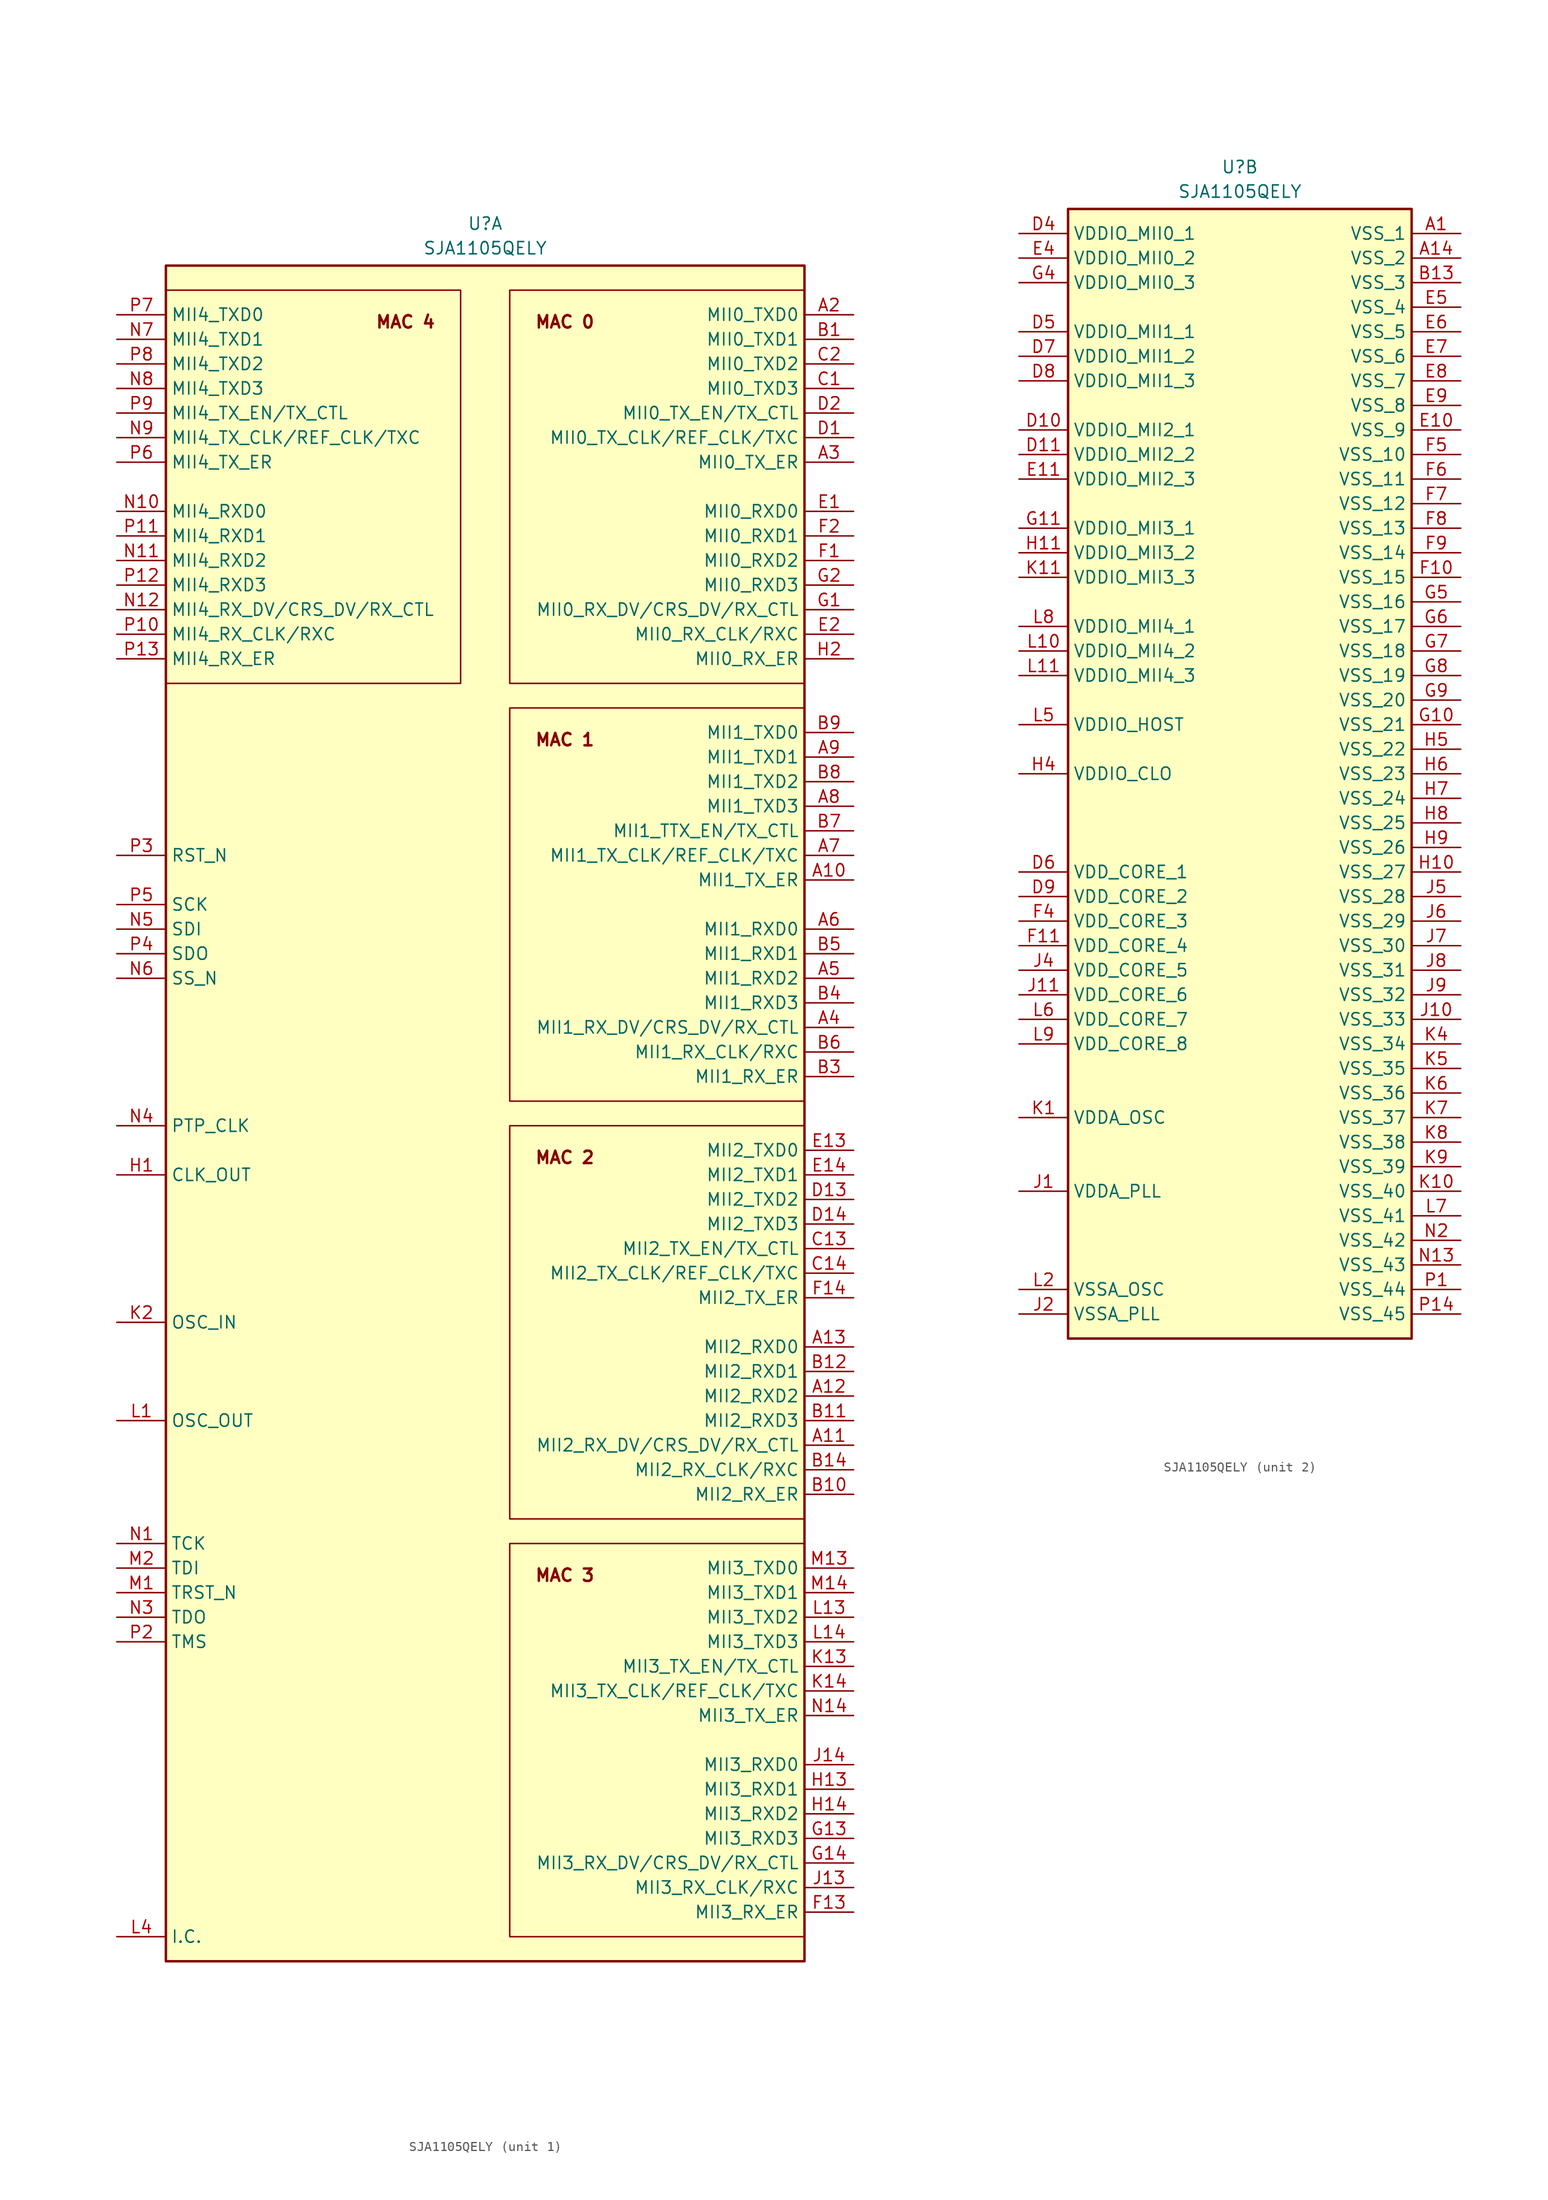
<source format=kicad_sym>
(kicad_symbol_lib
  (version 20241209)
  (generator "kicad_symbol_editor")
  (generator_version "9.0")
  (symbol "SJA1105QELY"
    (property "Reference" "U"
      (at 0 5.08 0)
      (effects (font (size 1.27 1.27)) (justify top)))
    (property "Value" "SJA1105QELY"
      (at 0 2.54 0)
      (effects (font (size 1.27 1.27)) (justify top)))
    (property "ki_locked" ""
      (at 0 0 0)
      (effects (font (size 1.27 1.27))))
    (symbol "SJA1105QELY_1_1"
      (rectangle (start -33.02 0) (end 33.02 -175.26) (stroke (width 0.254) (type default)) (fill (type background)))
      (rectangle (start -33.02 -2.54) (end -2.54 -43.18) (stroke (width 0) (type default)) (fill (type none)))
      (rectangle (start 2.54 -2.54) (end 33.02 -43.18) (stroke (width 0) (type default)) (fill (type none)))
      (rectangle (start 2.54 -45.72) (end 33.02 -86.36) (stroke (width 0) (type default)) (fill (type none)))
      (rectangle (start 2.54 -88.9) (end 33.02 -129.54) (stroke (width 0) (type default)) (fill (type none)))
      (rectangle (start 2.54 -132.08) (end 33.02 -172.72) (stroke (width 0) (type default)) (fill (type none)))
      (text "MAC 4" (at -5.08 -5.08 0) (effects (font (size 1.27 1.27) (bold yes)) (justify right top)))
      (text "MAC 0" (at 5.08 -5.08 0) (effects (font (size 1.27 1.27) (bold yes)) (justify left top)))
      (text "MAC 1" (at 5.08 -48.26 0) (effects (font (size 1.27 1.27) (bold yes)) (justify left top)))
      (text "MAC 2" (at 5.08 -91.44 0) (effects (font (size 1.27 1.27) (bold yes)) (justify left top)))
      (text "MAC 3" (at 5.08 -134.62 0) (effects (font (size 1.27 1.27) (bold yes)) (justify left top)))
      (pin passive line (at -38.1 -5.08 0) (length 5.08) (name "MII4_TXD0" (effects (font (size 1.27 1.27)))) (number "P7" (effects (font (size 1.27 1.27)))))
      (pin passive line (at -38.1 -7.62 0) (length 5.08) (name "MII4_TXD1" (effects (font (size 1.27 1.27)))) (number "N7" (effects (font (size 1.27 1.27)))))
      (pin passive line (at -38.1 -10.16 0) (length 5.08) (name "MII4_TXD2" (effects (font (size 1.27 1.27)))) (number "P8" (effects (font (size 1.27 1.27)))))
      (pin passive line (at -38.1 -12.7 0) (length 5.08) (name "MII4_TXD3" (effects (font (size 1.27 1.27)))) (number "N8" (effects (font (size 1.27 1.27)))))
      (pin passive line (at -38.1 -15.24 0) (length 5.08) (name "MII4_TX_EN/TX_CTL" (effects (font (size 1.27 1.27)))) (number "P9" (effects (font (size 1.27 1.27)))))
      (pin passive line (at -38.1 -17.78 0) (length 5.08) (name "MII4_TX_CLK/REF_CLK/TXC" (effects (font (size 1.27 1.27)))) (number "N9" (effects (font (size 1.27 1.27)))))
      (pin passive line (at -38.1 -20.32 0) (length 5.08) (name "MII4_TX_ER" (effects (font (size 1.27 1.27)))) (number "P6" (effects (font (size 1.27 1.27)))))
      (pin passive line (at -38.1 -25.4 0) (length 5.08) (name "MII4_RXD0" (effects (font (size 1.27 1.27)))) (number "N10" (effects (font (size 1.27 1.27)))))
      (pin passive line (at -38.1 -27.94 0) (length 5.08) (name "MII4_RXD1" (effects (font (size 1.27 1.27)))) (number "P11" (effects (font (size 1.27 1.27)))))
      (pin passive line (at -38.1 -30.48 0) (length 5.08) (name "MII4_RXD2" (effects (font (size 1.27 1.27)))) (number "N11" (effects (font (size 1.27 1.27)))))
      (pin passive line (at -38.1 -33.02 0) (length 5.08) (name "MII4_RXD3" (effects (font (size 1.27 1.27)))) (number "P12" (effects (font (size 1.27 1.27)))))
      (pin passive line (at -38.1 -35.56 0) (length 5.08) (name "MII4_RX_DV/CRS_DV/RX_CTL" (effects (font (size 1.27 1.27)))) (number "N12" (effects (font (size 1.27 1.27)))))
      (pin passive line (at -38.1 -38.1 0) (length 5.08) (name "MII4_RX_CLK/RXC" (effects (font (size 1.27 1.27)))) (number "P10" (effects (font (size 1.27 1.27)))))
      (pin passive line (at -38.1 -40.64 0) (length 5.08) (name "MII4_RX_ER" (effects (font (size 1.27 1.27)))) (number "P13" (effects (font (size 1.27 1.27)))))
      (pin passive line (at -38.1 -60.96 0) (length 5.08) (name "RST_N" (effects (font (size 1.27 1.27)))) (number "P3" (effects (font (size 1.27 1.27)))))
      (pin passive line (at -38.1 -66.04 0) (length 5.08) (name "SCK" (effects (font (size 1.27 1.27)))) (number "P5" (effects (font (size 1.27 1.27)))))
      (pin passive line (at -38.1 -68.58 0) (length 5.08) (name "SDI" (effects (font (size 1.27 1.27)))) (number "N5" (effects (font (size 1.27 1.27)))))
      (pin passive line (at -38.1 -71.12 0) (length 5.08) (name "SDO" (effects (font (size 1.27 1.27)))) (number "P4" (effects (font (size 1.27 1.27)))))
      (pin passive line (at -38.1 -73.66 0) (length 5.08) (name "SS_N" (effects (font (size 1.27 1.27)))) (number "N6" (effects (font (size 1.27 1.27)))))
      (pin passive line (at -38.1 -88.9 0) (length 5.08) (name "PTP_CLK" (effects (font (size 1.27 1.27)))) (number "N4" (effects (font (size 1.27 1.27)))))
      (pin passive line (at -38.1 -93.98 0) (length 5.08) (name "CLK_OUT" (effects (font (size 1.27 1.27)))) (number "H1" (effects (font (size 1.27 1.27)))))
      (pin passive line (at -38.1 -109.22 0) (length 5.08) (name "OSC_IN" (effects (font (size 1.27 1.27)))) (number "K2" (effects (font (size 1.27 1.27)))))
      (pin passive line (at -38.1 -119.38 0) (length 5.08) (name "OSC_OUT" (effects (font (size 1.27 1.27)))) (number "L1" (effects (font (size 1.27 1.27)))))
      (pin passive line (at -38.1 -132.08 0) (length 5.08) (name "TCK" (effects (font (size 1.27 1.27)))) (number "N1" (effects (font (size 1.27 1.27)))))
      (pin passive line (at -38.1 -134.62 0) (length 5.08) (name "TDI" (effects (font (size 1.27 1.27)))) (number "M2" (effects (font (size 1.27 1.27)))))
      (pin passive line (at -38.1 -137.16 0) (length 5.08) (name "TRST_N" (effects (font (size 1.27 1.27)))) (number "M1" (effects (font (size 1.27 1.27)))))
      (pin passive line (at -38.1 -139.7 0) (length 5.08) (name "TDO" (effects (font (size 1.27 1.27)))) (number "N3" (effects (font (size 1.27 1.27)))))
      (pin passive line (at -38.1 -142.24 0) (length 5.08) (name "TMS" (effects (font (size 1.27 1.27)))) (number "P2" (effects (font (size 1.27 1.27)))))
      (pin passive line (at -38.1 -172.72 0) (length 5.08) (name "I.C." (effects (font (size 1.27 1.27)))) (number "L4" (effects (font (size 1.27 1.27)))))
      (pin passive line (at 38.1 -5.08 180) (length 5.08) (name "MII0_TXD0" (effects (font (size 1.27 1.27)))) (number "A2" (effects (font (size 1.27 1.27)))))
      (pin passive line (at 38.1 -7.62 180) (length 5.08) (name "MII0_TXD1" (effects (font (size 1.27 1.27)))) (number "B1" (effects (font (size 1.27 1.27)))))
      (pin passive line (at 38.1 -10.16 180) (length 5.08) (name "MII0_TXD2" (effects (font (size 1.27 1.27)))) (number "C2" (effects (font (size 1.27 1.27)))))
      (pin passive line (at 38.1 -12.7 180) (length 5.08) (name "MII0_TXD3" (effects (font (size 1.27 1.27)))) (number "C1" (effects (font (size 1.27 1.27)))))
      (pin passive line (at 38.1 -15.24 180) (length 5.08) (name "MII0_TX_EN/TX_CTL" (effects (font (size 1.27 1.27)))) (number "D2" (effects (font (size 1.27 1.27)))))
      (pin passive line (at 38.1 -17.78 180) (length 5.08) (name "MII0_TX_CLK/REF_CLK/TXC" (effects (font (size 1.27 1.27)))) (number "D1" (effects (font (size 1.27 1.27)))))
      (pin passive line (at 38.1 -20.32 180) (length 5.08) (name "MII0_TX_ER" (effects (font (size 1.27 1.27)))) (number "A3" (effects (font (size 1.27 1.27)))))
      (pin passive line (at 38.1 -25.4 180) (length 5.08) (name "MII0_RXD0" (effects (font (size 1.27 1.27)))) (number "E1" (effects (font (size 1.27 1.27)))))
      (pin passive line (at 38.1 -27.94 180) (length 5.08) (name "MII0_RXD1" (effects (font (size 1.27 1.27)))) (number "F2" (effects (font (size 1.27 1.27)))))
      (pin passive line (at 38.1 -30.48 180) (length 5.08) (name "MII0_RXD2" (effects (font (size 1.27 1.27)))) (number "F1" (effects (font (size 1.27 1.27)))))
      (pin passive line (at 38.1 -33.02 180) (length 5.08) (name "MII0_RXD3" (effects (font (size 1.27 1.27)))) (number "G2" (effects (font (size 1.27 1.27)))))
      (pin passive line (at 38.1 -35.56 180) (length 5.08) (name "MII0_RX_DV/CRS_DV/RX_CTL" (effects (font (size 1.27 1.27)))) (number "G1" (effects (font (size 1.27 1.27)))))
      (pin passive line (at 38.1 -38.1 180) (length 5.08) (name "MII0_RX_CLK/RXC" (effects (font (size 1.27 1.27)))) (number "E2" (effects (font (size 1.27 1.27)))))
      (pin passive line (at 38.1 -40.64 180) (length 5.08) (name "MII0_RX_ER" (effects (font (size 1.27 1.27)))) (number "H2" (effects (font (size 1.27 1.27)))))
      (pin passive line (at 38.1 -48.26 180) (length 5.08) (name "MII1_TXD0" (effects (font (size 1.27 1.27)))) (number "B9" (effects (font (size 1.27 1.27)))))
      (pin passive line (at 38.1 -50.8 180) (length 5.08) (name "MII1_TXD1" (effects (font (size 1.27 1.27)))) (number "A9" (effects (font (size 1.27 1.27)))))
      (pin passive line (at 38.1 -53.34 180) (length 5.08) (name "MII1_TXD2" (effects (font (size 1.27 1.27)))) (number "B8" (effects (font (size 1.27 1.27)))))
      (pin passive line (at 38.1 -55.88 180) (length 5.08) (name "MII1_TXD3" (effects (font (size 1.27 1.27)))) (number "A8" (effects (font (size 1.27 1.27)))))
      (pin passive line (at 38.1 -58.42 180) (length 5.08) (name "MII1_TTX_EN/TX_CTL" (effects (font (size 1.27 1.27)))) (number "B7" (effects (font (size 1.27 1.27)))))
      (pin passive line (at 38.1 -60.96 180) (length 5.08) (name "MII1_TX_CLK/REF_CLK/TXC" (effects (font (size 1.27 1.27)))) (number "A7" (effects (font (size 1.27 1.27)))))
      (pin passive line (at 38.1 -63.5 180) (length 5.08) (name "MII1_TX_ER" (effects (font (size 1.27 1.27)))) (number "A10" (effects (font (size 1.27 1.27)))))
      (pin passive line (at 38.1 -68.58 180) (length 5.08) (name "MII1_RXD0" (effects (font (size 1.27 1.27)))) (number "A6" (effects (font (size 1.27 1.27)))))
      (pin passive line (at 38.1 -71.12 180) (length 5.08) (name "MII1_RXD1" (effects (font (size 1.27 1.27)))) (number "B5" (effects (font (size 1.27 1.27)))))
      (pin passive line (at 38.1 -73.66 180) (length 5.08) (name "MII1_RXD2" (effects (font (size 1.27 1.27)))) (number "A5" (effects (font (size 1.27 1.27)))))
      (pin passive line (at 38.1 -76.2 180) (length 5.08) (name "MII1_RXD3" (effects (font (size 1.27 1.27)))) (number "B4" (effects (font (size 1.27 1.27)))))
      (pin passive line (at 38.1 -78.74 180) (length 5.08) (name "MII1_RX_DV/CRS_DV/RX_CTL" (effects (font (size 1.27 1.27)))) (number "A4" (effects (font (size 1.27 1.27)))))
      (pin passive line (at 38.1 -81.28 180) (length 5.08) (name "MII1_RX_CLK/RXC" (effects (font (size 1.27 1.27)))) (number "B6" (effects (font (size 1.27 1.27)))))
      (pin passive line (at 38.1 -83.82 180) (length 5.08) (name "MII1_RX_ER" (effects (font (size 1.27 1.27)))) (number "B3" (effects (font (size 1.27 1.27)))))
      (pin passive line (at 38.1 -91.44 180) (length 5.08) (name "MII2_TXD0" (effects (font (size 1.27 1.27)))) (number "E13" (effects (font (size 1.27 1.27)))))
      (pin passive line (at 38.1 -93.98 180) (length 5.08) (name "MII2_TXD1" (effects (font (size 1.27 1.27)))) (number "E14" (effects (font (size 1.27 1.27)))))
      (pin passive line (at 38.1 -96.52 180) (length 5.08) (name "MII2_TXD2" (effects (font (size 1.27 1.27)))) (number "D13" (effects (font (size 1.27 1.27)))))
      (pin passive line (at 38.1 -99.06 180) (length 5.08) (name "MII2_TXD3" (effects (font (size 1.27 1.27)))) (number "D14" (effects (font (size 1.27 1.27)))))
      (pin passive line (at 38.1 -101.6 180) (length 5.08) (name "MII2_TX_EN/TX_CTL" (effects (font (size 1.27 1.27)))) (number "C13" (effects (font (size 1.27 1.27)))))
      (pin passive line (at 38.1 -104.14 180) (length 5.08) (name "MII2_TX_CLK/REF_CLK/TXC" (effects (font (size 1.27 1.27)))) (number "C14" (effects (font (size 1.27 1.27)))))
      (pin passive line (at 38.1 -106.68 180) (length 5.08) (name "MII2_TX_ER" (effects (font (size 1.27 1.27)))) (number "F14" (effects (font (size 1.27 1.27)))))
      (pin passive line (at 38.1 -111.76 180) (length 5.08) (name "MII2_RXD0" (effects (font (size 1.27 1.27)))) (number "A13" (effects (font (size 1.27 1.27)))))
      (pin passive line (at 38.1 -114.3 180) (length 5.08) (name "MII2_RXD1" (effects (font (size 1.27 1.27)))) (number "B12" (effects (font (size 1.27 1.27)))))
      (pin passive line (at 38.1 -116.84 180) (length 5.08) (name "MII2_RXD2" (effects (font (size 1.27 1.27)))) (number "A12" (effects (font (size 1.27 1.27)))))
      (pin passive line (at 38.1 -119.38 180) (length 5.08) (name "MII2_RXD3" (effects (font (size 1.27 1.27)))) (number "B11" (effects (font (size 1.27 1.27)))))
      (pin passive line (at 38.1 -121.92 180) (length 5.08) (name "MII2_RX_DV/CRS_DV/RX_CTL" (effects (font (size 1.27 1.27)))) (number "A11" (effects (font (size 1.27 1.27)))))
      (pin passive line (at 38.1 -124.46 180) (length 5.08) (name "MII2_RX_CLK/RXC" (effects (font (size 1.27 1.27)))) (number "B14" (effects (font (size 1.27 1.27)))))
      (pin passive line (at 38.1 -127 180) (length 5.08) (name "MII2_RX_ER" (effects (font (size 1.27 1.27)))) (number "B10" (effects (font (size 1.27 1.27)))))
      (pin passive line (at 38.1 -134.62 180) (length 5.08) (name "MII3_TXD0" (effects (font (size 1.27 1.27)))) (number "M13" (effects (font (size 1.27 1.27)))))
      (pin passive line (at 38.1 -137.16 180) (length 5.08) (name "MII3_TXD1" (effects (font (size 1.27 1.27)))) (number "M14" (effects (font (size 1.27 1.27)))))
      (pin passive line (at 38.1 -139.7 180) (length 5.08) (name "MII3_TXD2" (effects (font (size 1.27 1.27)))) (number "L13" (effects (font (size 1.27 1.27)))))
      (pin passive line (at 38.1 -142.24 180) (length 5.08) (name "MII3_TXD3" (effects (font (size 1.27 1.27)))) (number "L14" (effects (font (size 1.27 1.27)))))
      (pin passive line (at 38.1 -144.78 180) (length 5.08) (name "MII3_TX_EN/TX_CTL" (effects (font (size 1.27 1.27)))) (number "K13" (effects (font (size 1.27 1.27)))))
      (pin passive line (at 38.1 -147.32 180) (length 5.08) (name "MII3_TX_CLK/REF_CLK/TXC" (effects (font (size 1.27 1.27)))) (number "K14" (effects (font (size 1.27 1.27)))))
      (pin passive line (at 38.1 -149.86 180) (length 5.08) (name "MII3_TX_ER" (effects (font (size 1.27 1.27)))) (number "N14" (effects (font (size 1.27 1.27)))))
      (pin passive line (at 38.1 -154.94 180) (length 5.08) (name "MII3_RXD0" (effects (font (size 1.27 1.27)))) (number "J14" (effects (font (size 1.27 1.27)))))
      (pin passive line (at 38.1 -157.48 180) (length 5.08) (name "MII3_RXD1" (effects (font (size 1.27 1.27)))) (number "H13" (effects (font (size 1.27 1.27)))))
      (pin passive line (at 38.1 -160.02 180) (length 5.08) (name "MII3_RXD2" (effects (font (size 1.27 1.27)))) (number "H14" (effects (font (size 1.27 1.27)))))
      (pin passive line (at 38.1 -162.56 180) (length 5.08) (name "MII3_RXD3" (effects (font (size 1.27 1.27)))) (number "G13" (effects (font (size 1.27 1.27)))))
      (pin passive line (at 38.1 -165.1 180) (length 5.08) (name "MII3_RX_DV/CRS_DV/RX_CTL" (effects (font (size 1.27 1.27)))) (number "G14" (effects (font (size 1.27 1.27)))))
      (pin passive line (at 38.1 -167.64 180) (length 5.08) (name "MII3_RX_CLK/RXC" (effects (font (size 1.27 1.27)))) (number "J13" (effects (font (size 1.27 1.27)))))
      (pin passive line (at 38.1 -170.18 180) (length 5.08) (name "MII3_RX_ER" (effects (font (size 1.27 1.27)))) (number "F13" (effects (font (size 1.27 1.27))))))
    (symbol "SJA1105QELY_2_1"
      (rectangle (start -17.78 0) (end 17.78 -116.84) (stroke (width 0.254) (type default)) (fill (type background)))
      (pin passive line (at -22.86 -2.54 0) (length 5.08) (name "VDDIO_MII0_1" (effects (font (size 1.27 1.27)))) (number "D4" (effects (font (size 1.27 1.27)))))
      (pin passive line (at -22.86 -5.08 0) (length 5.08) (name "VDDIO_MII0_2" (effects (font (size 1.27 1.27)))) (number "E4" (effects (font (size 1.27 1.27)))))
      (pin passive line (at -22.86 -7.62 0) (length 5.08) (name "VDDIO_MII0_3" (effects (font (size 1.27 1.27)))) (number "G4" (effects (font (size 1.27 1.27)))))
      (pin passive line (at -22.86 -12.7 0) (length 5.08) (name "VDDIO_MII1_1" (effects (font (size 1.27 1.27)))) (number "D5" (effects (font (size 1.27 1.27)))))
      (pin passive line (at -22.86 -15.24 0) (length 5.08) (name "VDDIO_MII1_2" (effects (font (size 1.27 1.27)))) (number "D7" (effects (font (size 1.27 1.27)))))
      (pin passive line (at -22.86 -17.78 0) (length 5.08) (name "VDDIO_MII1_3" (effects (font (size 1.27 1.27)))) (number "D8" (effects (font (size 1.27 1.27)))))
      (pin passive line (at -22.86 -22.86 0) (length 5.08) (name "VDDIO_MII2_1" (effects (font (size 1.27 1.27)))) (number "D10" (effects (font (size 1.27 1.27)))))
      (pin passive line (at -22.86 -25.4 0) (length 5.08) (name "VDDIO_MII2_2" (effects (font (size 1.27 1.27)))) (number "D11" (effects (font (size 1.27 1.27)))))
      (pin passive line (at -22.86 -27.94 0) (length 5.08) (name "VDDIO_MII2_3" (effects (font (size 1.27 1.27)))) (number "E11" (effects (font (size 1.27 1.27)))))
      (pin passive line (at -22.86 -33.02 0) (length 5.08) (name "VDDIO_MII3_1" (effects (font (size 1.27 1.27)))) (number "G11" (effects (font (size 1.27 1.27)))))
      (pin passive line (at -22.86 -35.56 0) (length 5.08) (name "VDDIO_MII3_2" (effects (font (size 1.27 1.27)))) (number "H11" (effects (font (size 1.27 1.27)))))
      (pin passive line (at -22.86 -38.1 0) (length 5.08) (name "VDDIO_MII3_3" (effects (font (size 1.27 1.27)))) (number "K11" (effects (font (size 1.27 1.27)))))
      (pin passive line (at -22.86 -43.18 0) (length 5.08) (name "VDDIO_MII4_1" (effects (font (size 1.27 1.27)))) (number "L8" (effects (font (size 1.27 1.27)))))
      (pin passive line (at -22.86 -45.72 0) (length 5.08) (name "VDDIO_MII4_2" (effects (font (size 1.27 1.27)))) (number "L10" (effects (font (size 1.27 1.27)))))
      (pin passive line (at -22.86 -48.26 0) (length 5.08) (name "VDDIO_MII4_3" (effects (font (size 1.27 1.27)))) (number "L11" (effects (font (size 1.27 1.27)))))
      (pin passive line (at -22.86 -53.34 0) (length 5.08) (name "VDDIO_HOST" (effects (font (size 1.27 1.27)))) (number "L5" (effects (font (size 1.27 1.27)))))
      (pin passive line (at -22.86 -58.42 0) (length 5.08) (name "VDDIO_CLO" (effects (font (size 1.27 1.27)))) (number "H4" (effects (font (size 1.27 1.27)))))
      (pin passive line (at -22.86 -68.58 0) (length 5.08) (name "VDD_CORE_1" (effects (font (size 1.27 1.27)))) (number "D6" (effects (font (size 1.27 1.27)))))
      (pin passive line (at -22.86 -71.12 0) (length 5.08) (name "VDD_CORE_2" (effects (font (size 1.27 1.27)))) (number "D9" (effects (font (size 1.27 1.27)))))
      (pin passive line (at -22.86 -73.66 0) (length 5.08) (name "VDD_CORE_3" (effects (font (size 1.27 1.27)))) (number "F4" (effects (font (size 1.27 1.27)))))
      (pin passive line (at -22.86 -76.2 0) (length 5.08) (name "VDD_CORE_4" (effects (font (size 1.27 1.27)))) (number "F11" (effects (font (size 1.27 1.27)))))
      (pin passive line (at -22.86 -78.74 0) (length 5.08) (name "VDD_CORE_5" (effects (font (size 1.27 1.27)))) (number "J4" (effects (font (size 1.27 1.27)))))
      (pin passive line (at -22.86 -81.28 0) (length 5.08) (name "VDD_CORE_6" (effects (font (size 1.27 1.27)))) (number "J11" (effects (font (size 1.27 1.27)))))
      (pin passive line (at -22.86 -83.82 0) (length 5.08) (name "VDD_CORE_7" (effects (font (size 1.27 1.27)))) (number "L6" (effects (font (size 1.27 1.27)))))
      (pin passive line (at -22.86 -86.36 0) (length 5.08) (name "VDD_CORE_8" (effects (font (size 1.27 1.27)))) (number "L9" (effects (font (size 1.27 1.27)))))
      (pin passive line (at -22.86 -93.98 0) (length 5.08) (name "VDDA_OSC" (effects (font (size 1.27 1.27)))) (number "K1" (effects (font (size 1.27 1.27)))))
      (pin passive line (at -22.86 -101.6 0) (length 5.08) (name "VDDA_PLL" (effects (font (size 1.27 1.27)))) (number "J1" (effects (font (size 1.27 1.27)))))
      (pin passive line (at -22.86 -111.76 0) (length 5.08) (name "VSSA_OSC" (effects (font (size 1.27 1.27)))) (number "L2" (effects (font (size 1.27 1.27)))))
      (pin passive line (at -22.86 -114.3 0) (length 5.08) (name "VSSA_PLL" (effects (font (size 1.27 1.27)))) (number "J2" (effects (font (size 1.27 1.27)))))
      (pin passive line (at 22.86 -2.54 180) (length 5.08) (name "VSS_1" (effects (font (size 1.27 1.27)))) (number "A1" (effects (font (size 1.27 1.27)))))
      (pin passive line (at 22.86 -5.08 180) (length 5.08) (name "VSS_2" (effects (font (size 1.27 1.27)))) (number "A14" (effects (font (size 1.27 1.27)))))
      (pin passive line (at 22.86 -7.62 180) (length 5.08) (name "VSS_3" (effects (font (size 1.27 1.27)))) (number "B13" (effects (font (size 1.27 1.27)))))
      (pin passive line (at 22.86 -10.16 180) (length 5.08) (name "VSS_4" (effects (font (size 1.27 1.27)))) (number "E5" (effects (font (size 1.27 1.27)))))
      (pin passive line (at 22.86 -12.7 180) (length 5.08) (name "VSS_5" (effects (font (size 1.27 1.27)))) (number "E6" (effects (font (size 1.27 1.27)))))
      (pin passive line (at 22.86 -15.24 180) (length 5.08) (name "VSS_6" (effects (font (size 1.27 1.27)))) (number "E7" (effects (font (size 1.27 1.27)))))
      (pin passive line (at 22.86 -17.78 180) (length 5.08) (name "VSS_7" (effects (font (size 1.27 1.27)))) (number "E8" (effects (font (size 1.27 1.27)))))
      (pin passive line (at 22.86 -20.32 180) (length 5.08) (name "VSS_8" (effects (font (size 1.27 1.27)))) (number "E9" (effects (font (size 1.27 1.27)))))
      (pin passive line (at 22.86 -22.86 180) (length 5.08) (name "VSS_9" (effects (font (size 1.27 1.27)))) (number "E10" (effects (font (size 1.27 1.27)))))
      (pin passive line (at 22.86 -25.4 180) (length 5.08) (name "VSS_10" (effects (font (size 1.27 1.27)))) (number "F5" (effects (font (size 1.27 1.27)))))
      (pin passive line (at 22.86 -27.94 180) (length 5.08) (name "VSS_11" (effects (font (size 1.27 1.27)))) (number "F6" (effects (font (size 1.27 1.27)))))
      (pin passive line (at 22.86 -30.48 180) (length 5.08) (name "VSS_12" (effects (font (size 1.27 1.27)))) (number "F7" (effects (font (size 1.27 1.27)))))
      (pin passive line (at 22.86 -33.02 180) (length 5.08) (name "VSS_13" (effects (font (size 1.27 1.27)))) (number "F8" (effects (font (size 1.27 1.27)))))
      (pin passive line (at 22.86 -35.56 180) (length 5.08) (name "VSS_14" (effects (font (size 1.27 1.27)))) (number "F9" (effects (font (size 1.27 1.27)))))
      (pin passive line (at 22.86 -38.1 180) (length 5.08) (name "VSS_15" (effects (font (size 1.27 1.27)))) (number "F10" (effects (font (size 1.27 1.27)))))
      (pin passive line (at 22.86 -40.64 180) (length 5.08) (name "VSS_16" (effects (font (size 1.27 1.27)))) (number "G5" (effects (font (size 1.27 1.27)))))
      (pin passive line (at 22.86 -43.18 180) (length 5.08) (name "VSS_17" (effects (font (size 1.27 1.27)))) (number "G6" (effects (font (size 1.27 1.27)))))
      (pin passive line (at 22.86 -45.72 180) (length 5.08) (name "VSS_18" (effects (font (size 1.27 1.27)))) (number "G7" (effects (font (size 1.27 1.27)))))
      (pin passive line (at 22.86 -48.26 180) (length 5.08) (name "VSS_19" (effects (font (size 1.27 1.27)))) (number "G8" (effects (font (size 1.27 1.27)))))
      (pin passive line (at 22.86 -50.8 180) (length 5.08) (name "VSS_20" (effects (font (size 1.27 1.27)))) (number "G9" (effects (font (size 1.27 1.27)))))
      (pin passive line (at 22.86 -53.34 180) (length 5.08) (name "VSS_21" (effects (font (size 1.27 1.27)))) (number "G10" (effects (font (size 1.27 1.27)))))
      (pin passive line (at 22.86 -55.88 180) (length 5.08) (name "VSS_22" (effects (font (size 1.27 1.27)))) (number "H5" (effects (font (size 1.27 1.27)))))
      (pin passive line (at 22.86 -58.42 180) (length 5.08) (name "VSS_23" (effects (font (size 1.27 1.27)))) (number "H6" (effects (font (size 1.27 1.27)))))
      (pin passive line (at 22.86 -60.96 180) (length 5.08) (name "VSS_24" (effects (font (size 1.27 1.27)))) (number "H7" (effects (font (size 1.27 1.27)))))
      (pin passive line (at 22.86 -63.5 180) (length 5.08) (name "VSS_25" (effects (font (size 1.27 1.27)))) (number "H8" (effects (font (size 1.27 1.27)))))
      (pin passive line (at 22.86 -66.04 180) (length 5.08) (name "VSS_26" (effects (font (size 1.27 1.27)))) (number "H9" (effects (font (size 1.27 1.27)))))
      (pin passive line (at 22.86 -68.58 180) (length 5.08) (name "VSS_27" (effects (font (size 1.27 1.27)))) (number "H10" (effects (font (size 1.27 1.27)))))
      (pin passive line (at 22.86 -71.12 180) (length 5.08) (name "VSS_28" (effects (font (size 1.27 1.27)))) (number "J5" (effects (font (size 1.27 1.27)))))
      (pin passive line (at 22.86 -73.66 180) (length 5.08) (name "VSS_29" (effects (font (size 1.27 1.27)))) (number "J6" (effects (font (size 1.27 1.27)))))
      (pin passive line (at 22.86 -76.2 180) (length 5.08) (name "VSS_30" (effects (font (size 1.27 1.27)))) (number "J7" (effects (font (size 1.27 1.27)))))
      (pin passive line (at 22.86 -78.74 180) (length 5.08) (name "VSS_31" (effects (font (size 1.27 1.27)))) (number "J8" (effects (font (size 1.27 1.27)))))
      (pin passive line (at 22.86 -81.28 180) (length 5.08) (name "VSS_32" (effects (font (size 1.27 1.27)))) (number "J9" (effects (font (size 1.27 1.27)))))
      (pin passive line (at 22.86 -83.82 180) (length 5.08) (name "VSS_33" (effects (font (size 1.27 1.27)))) (number "J10" (effects (font (size 1.27 1.27)))))
      (pin passive line (at 22.86 -86.36 180) (length 5.08) (name "VSS_34" (effects (font (size 1.27 1.27)))) (number "K4" (effects (font (size 1.27 1.27)))))
      (pin passive line (at 22.86 -88.9 180) (length 5.08) (name "VSS_35" (effects (font (size 1.27 1.27)))) (number "K5" (effects (font (size 1.27 1.27)))))
      (pin passive line (at 22.86 -91.44 180) (length 5.08) (name "VSS_36" (effects (font (size 1.27 1.27)))) (number "K6" (effects (font (size 1.27 1.27)))))
      (pin passive line (at 22.86 -93.98 180) (length 5.08) (name "VSS_37" (effects (font (size 1.27 1.27)))) (number "K7" (effects (font (size 1.27 1.27)))))
      (pin passive line (at 22.86 -96.52 180) (length 5.08) (name "VSS_38" (effects (font (size 1.27 1.27)))) (number "K8" (effects (font (size 1.27 1.27)))))
      (pin passive line (at 22.86 -99.06 180) (length 5.08) (name "VSS_39" (effects (font (size 1.27 1.27)))) (number "K9" (effects (font (size 1.27 1.27)))))
      (pin passive line (at 22.86 -101.6 180) (length 5.08) (name "VSS_40" (effects (font (size 1.27 1.27)))) (number "K10" (effects (font (size 1.27 1.27)))))
      (pin passive line (at 22.86 -104.14 180) (length 5.08) (name "VSS_41" (effects (font (size 1.27 1.27)))) (number "L7" (effects (font (size 1.27 1.27)))))
      (pin passive line (at 22.86 -106.68 180) (length 5.08) (name "VSS_42" (effects (font (size 1.27 1.27)))) (number "N2" (effects (font (size 1.27 1.27)))))
      (pin passive line (at 22.86 -109.22 180) (length 5.08) (name "VSS_43" (effects (font (size 1.27 1.27)))) (number "N13" (effects (font (size 1.27 1.27)))))
      (pin passive line (at 22.86 -111.76 180) (length 5.08) (name "VSS_44" (effects (font (size 1.27 1.27)))) (number "P1" (effects (font (size 1.27 1.27)))))
      (pin passive line (at 22.86 -114.3 180) (length 5.08) (name "VSS_45" (effects (font (size 1.27 1.27)))) (number "P14" (effects (font (size 1.27 1.27))))))))
</source>
